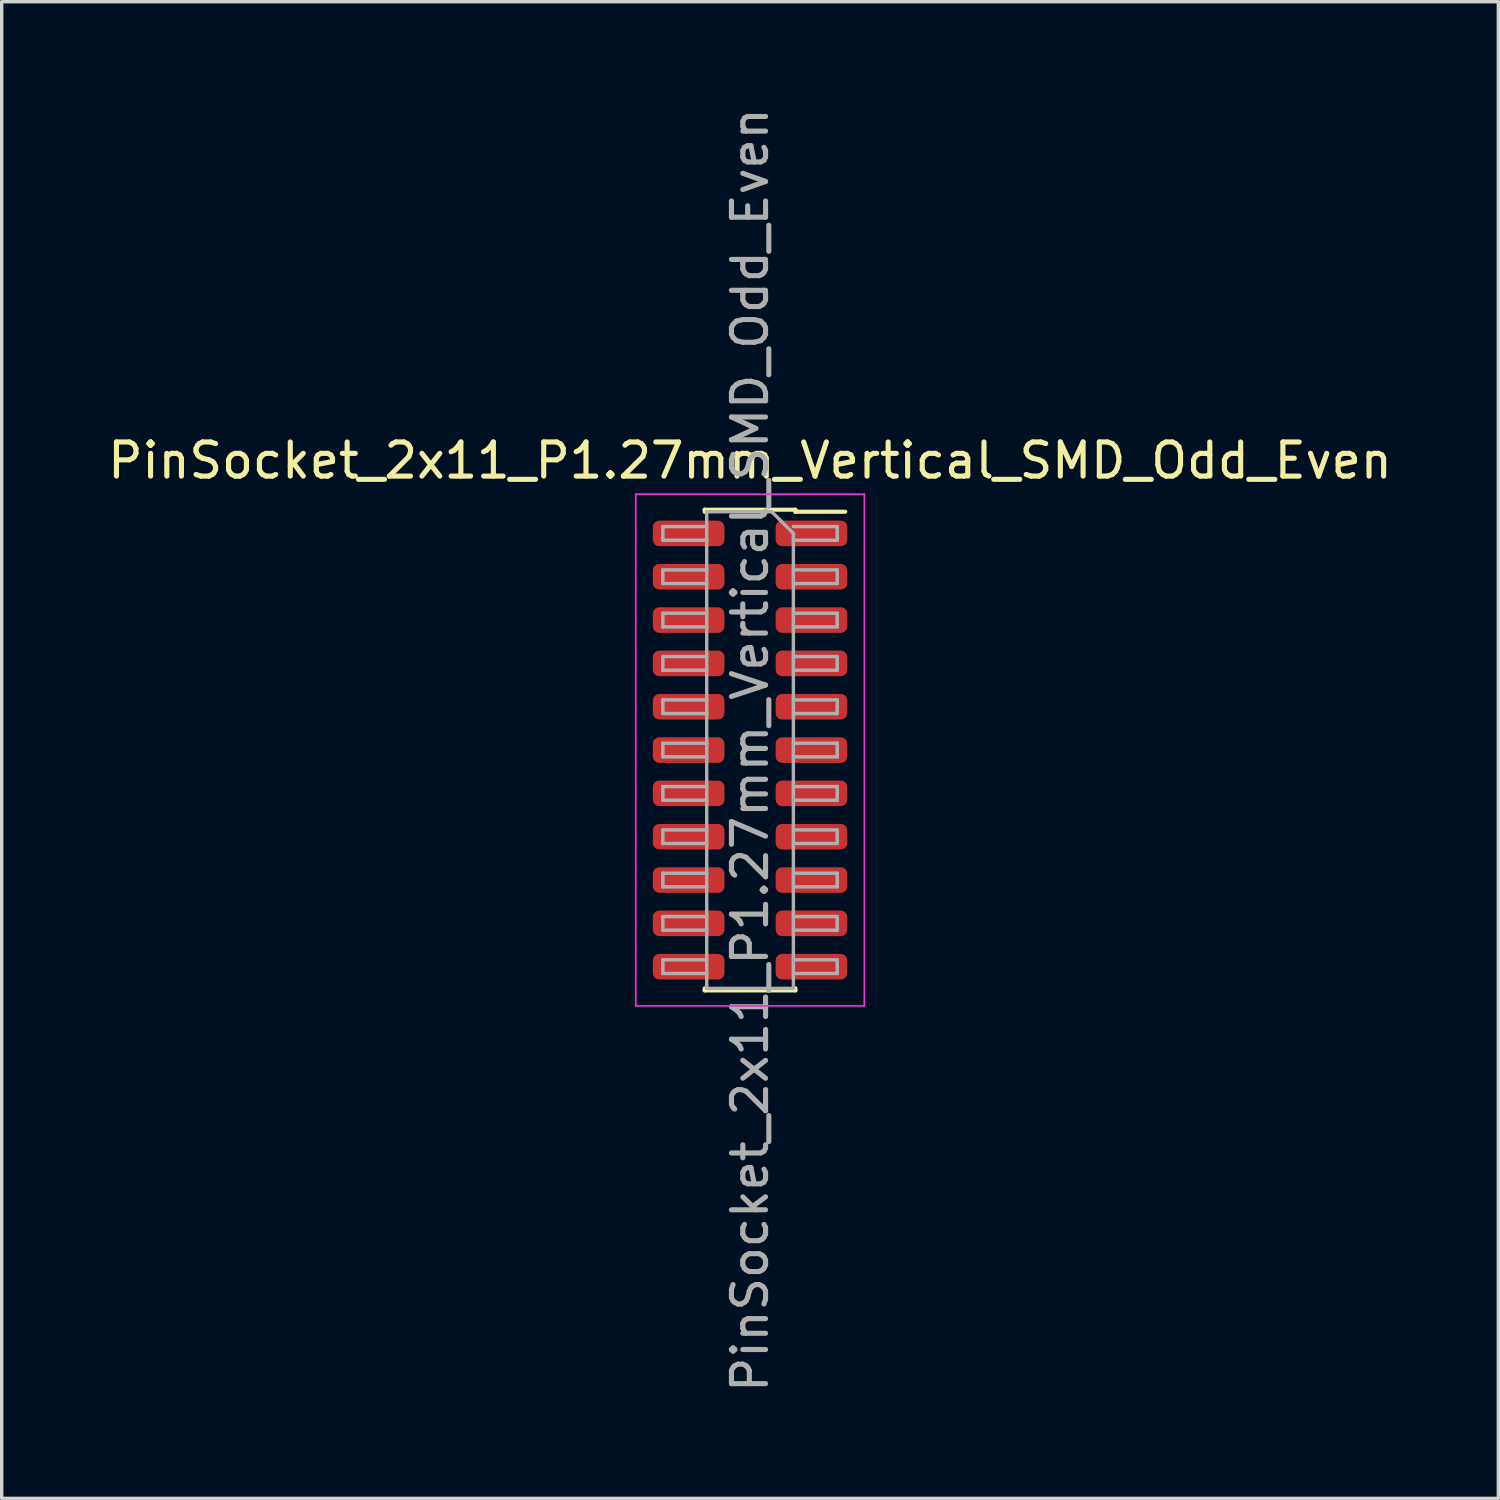
<source format=kicad_pcb>
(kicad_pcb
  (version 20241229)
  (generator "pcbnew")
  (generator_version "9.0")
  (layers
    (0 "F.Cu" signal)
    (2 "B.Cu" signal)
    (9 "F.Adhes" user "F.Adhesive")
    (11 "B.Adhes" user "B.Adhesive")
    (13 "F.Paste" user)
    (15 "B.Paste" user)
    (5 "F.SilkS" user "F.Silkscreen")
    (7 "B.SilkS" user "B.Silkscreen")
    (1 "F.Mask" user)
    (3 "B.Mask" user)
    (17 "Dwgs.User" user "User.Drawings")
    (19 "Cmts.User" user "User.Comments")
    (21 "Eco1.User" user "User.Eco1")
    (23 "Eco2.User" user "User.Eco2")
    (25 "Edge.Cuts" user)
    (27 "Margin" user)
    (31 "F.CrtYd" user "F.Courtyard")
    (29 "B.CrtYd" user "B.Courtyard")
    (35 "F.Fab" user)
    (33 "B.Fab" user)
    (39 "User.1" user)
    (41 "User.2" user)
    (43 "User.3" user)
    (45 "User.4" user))
  (footprint "PinSocket_2x11_P1.27mm_Vertical_SMD_Odd_Even"
    (layer "F.Cu")
    (at 18.935 18.935)
    (property "Reference" "PinSocket_2x11_P1.27mm_Vertical_SMD_Odd_Even" (at 0 -8.485 0) (layer "F.SilkS") (effects (font (size 1 1) (thickness 0.15))))
    (attr smd)
    (fp_line (start -1.33 -7.045) (end -1.33 -6.985) (stroke (width 0.12) (type solid)) (layer "F.SilkS"))
    (fp_line (start -1.33 -7.045) (end 1.33 -7.045) (stroke (width 0.12) (type solid)) (layer "F.SilkS"))
    (fp_line (start -1.33 6.985) (end -1.33 7.045) (stroke (width 0.12) (type solid)) (layer "F.SilkS"))
    (fp_line (start -1.33 7.045) (end 1.33 7.045) (stroke (width 0.12) (type solid)) (layer "F.SilkS"))
    (fp_line (start 1.33 -7.045) (end 1.33 -6.985) (stroke (width 0.12) (type solid)) (layer "F.SilkS"))
    (fp_line (start 1.33 -6.985) (end 2.79 -6.985) (stroke (width 0.12) (type solid)) (layer "F.SilkS"))
    (fp_line (start 1.33 6.985) (end 1.33 7.045) (stroke (width 0.12) (type solid)) (layer "F.SilkS"))
    (fp_line (start -3.35 -7.5) (end 3.35 -7.5) (stroke (width 0.05) (type solid)) (layer "F.CrtYd"))
    (fp_line (start -3.35 7.5) (end -3.35 -7.5) (stroke (width 0.05) (type solid)) (layer "F.CrtYd"))
    (fp_line (start 3.35 -7.5) (end 3.35 7.5) (stroke (width 0.05) (type solid)) (layer "F.CrtYd"))
    (fp_line (start 3.35 7.5) (end -3.35 7.5) (stroke (width 0.05) (type solid)) (layer "F.CrtYd"))
    (fp_line (start -2.555 -6.55) (end -1.27 -6.55) (stroke (width 0.1) (type solid)) (layer "F.Fab"))
    (fp_line (start -2.555 -6.15) (end -2.555 -6.55) (stroke (width 0.1) (type solid)) (layer "F.Fab"))
    (fp_line (start -2.555 -5.28) (end -1.27 -5.28) (stroke (width 0.1) (type solid)) (layer "F.Fab"))
    (fp_line (start -2.555 -4.88) (end -2.555 -5.28) (stroke (width 0.1) (type solid)) (layer "F.Fab"))
    (fp_line (start -2.555 -4.01) (end -1.27 -4.01) (stroke (width 0.1) (type solid)) (layer "F.Fab"))
    (fp_line (start -2.555 -3.61) (end -2.555 -4.01) (stroke (width 0.1) (type solid)) (layer "F.Fab"))
    (fp_line (start -2.555 -2.74) (end -1.27 -2.74) (stroke (width 0.1) (type solid)) (layer "F.Fab"))
    (fp_line (start -2.555 -2.34) (end -2.555 -2.74) (stroke (width 0.1) (type solid)) (layer "F.Fab"))
    (fp_line (start -2.555 -1.47) (end -1.27 -1.47) (stroke (width 0.1) (type solid)) (layer "F.Fab"))
    (fp_line (start -2.555 -1.07) (end -2.555 -1.47) (stroke (width 0.1) (type solid)) (layer "F.Fab"))
    (fp_line (start -2.555 -0.2) (end -1.27 -0.2) (stroke (width 0.1) (type solid)) (layer "F.Fab"))
    (fp_line (start -2.555 0.2) (end -2.555 -0.2) (stroke (width 0.1) (type solid)) (layer "F.Fab"))
    (fp_line (start -2.555 1.07) (end -1.27 1.07) (stroke (width 0.1) (type solid)) (layer "F.Fab"))
    (fp_line (start -2.555 1.47) (end -2.555 1.07) (stroke (width 0.1) (type solid)) (layer "F.Fab"))
    (fp_line (start -2.555 2.34) (end -1.27 2.34) (stroke (width 0.1) (type solid)) (layer "F.Fab"))
    (fp_line (start -2.555 2.74) (end -2.555 2.34) (stroke (width 0.1) (type solid)) (layer "F.Fab"))
    (fp_line (start -2.555 3.61) (end -1.27 3.61) (stroke (width 0.1) (type solid)) (layer "F.Fab"))
    (fp_line (start -2.555 4.01) (end -2.555 3.61) (stroke (width 0.1) (type solid)) (layer "F.Fab"))
    (fp_line (start -2.555 4.88) (end -1.27 4.88) (stroke (width 0.1) (type solid)) (layer "F.Fab"))
    (fp_line (start -2.555 5.28) (end -2.555 4.88) (stroke (width 0.1) (type solid)) (layer "F.Fab"))
    (fp_line (start -2.555 6.15) (end -1.27 6.15) (stroke (width 0.1) (type solid)) (layer "F.Fab"))
    (fp_line (start -2.555 6.55) (end -2.555 6.15) (stroke (width 0.1) (type solid)) (layer "F.Fab"))
    (fp_line (start -1.27 -6.985) (end 0.635 -6.985) (stroke (width 0.1) (type solid)) (layer "F.Fab"))
    (fp_line (start -1.27 -6.15) (end -2.555 -6.15) (stroke (width 0.1) (type solid)) (layer "F.Fab"))
    (fp_line (start -1.27 -4.88) (end -2.555 -4.88) (stroke (width 0.1) (type solid)) (layer "F.Fab"))
    (fp_line (start -1.27 -3.61) (end -2.555 -3.61) (stroke (width 0.1) (type solid)) (layer "F.Fab"))
    (fp_line (start -1.27 -2.34) (end -2.555 -2.34) (stroke (width 0.1) (type solid)) (layer "F.Fab"))
    (fp_line (start -1.27 -1.07) (end -2.555 -1.07) (stroke (width 0.1) (type solid)) (layer "F.Fab"))
    (fp_line (start -1.27 0.2) (end -2.555 0.2) (stroke (width 0.1) (type solid)) (layer "F.Fab"))
    (fp_line (start -1.27 1.47) (end -2.555 1.47) (stroke (width 0.1) (type solid)) (layer "F.Fab"))
    (fp_line (start -1.27 2.74) (end -2.555 2.74) (stroke (width 0.1) (type solid)) (layer "F.Fab"))
    (fp_line (start -1.27 4.01) (end -2.555 4.01) (stroke (width 0.1) (type solid)) (layer "F.Fab"))
    (fp_line (start -1.27 5.28) (end -2.555 5.28) (stroke (width 0.1) (type solid)) (layer "F.Fab"))
    (fp_line (start -1.27 6.55) (end -2.555 6.55) (stroke (width 0.1) (type solid)) (layer "F.Fab"))
    (fp_line (start -1.27 6.985) (end -1.27 -6.985) (stroke (width 0.1) (type solid)) (layer "F.Fab"))
    (fp_line (start 0.635 -6.985) (end 1.27 -6.35) (stroke (width 0.1) (type solid)) (layer "F.Fab"))
    (fp_line (start 1.27 -6.55) (end 2.555 -6.55) (stroke (width 0.1) (type solid)) (layer "F.Fab"))
    (fp_line (start 1.27 -6.35) (end 1.27 6.985) (stroke (width 0.1) (type solid)) (layer "F.Fab"))
    (fp_line (start 1.27 -5.28) (end 2.555 -5.28) (stroke (width 0.1) (type solid)) (layer "F.Fab"))
    (fp_line (start 1.27 -4.01) (end 2.555 -4.01) (stroke (width 0.1) (type solid)) (layer "F.Fab"))
    (fp_line (start 1.27 -2.74) (end 2.555 -2.74) (stroke (width 0.1) (type solid)) (layer "F.Fab"))
    (fp_line (start 1.27 -1.47) (end 2.555 -1.47) (stroke (width 0.1) (type solid)) (layer "F.Fab"))
    (fp_line (start 1.27 -0.2) (end 2.555 -0.2) (stroke (width 0.1) (type solid)) (layer "F.Fab"))
    (fp_line (start 1.27 1.07) (end 2.555 1.07) (stroke (width 0.1) (type solid)) (layer "F.Fab"))
    (fp_line (start 1.27 2.34) (end 2.555 2.34) (stroke (width 0.1) (type solid)) (layer "F.Fab"))
    (fp_line (start 1.27 3.61) (end 2.555 3.61) (stroke (width 0.1) (type solid)) (layer "F.Fab"))
    (fp_line (start 1.27 4.88) (end 2.555 4.88) (stroke (width 0.1) (type solid)) (layer "F.Fab"))
    (fp_line (start 1.27 6.15) (end 2.555 6.15) (stroke (width 0.1) (type solid)) (layer "F.Fab"))
    (fp_line (start 1.27 6.985) (end -1.27 6.985) (stroke (width 0.1) (type solid)) (layer "F.Fab"))
    (fp_line (start 2.555 -6.55) (end 2.555 -6.15) (stroke (width 0.1) (type solid)) (layer "F.Fab"))
    (fp_line (start 2.555 -6.15) (end 1.27 -6.15) (stroke (width 0.1) (type solid)) (layer "F.Fab"))
    (fp_line (start 2.555 -5.28) (end 2.555 -4.88) (stroke (width 0.1) (type solid)) (layer "F.Fab"))
    (fp_line (start 2.555 -4.88) (end 1.27 -4.88) (stroke (width 0.1) (type solid)) (layer "F.Fab"))
    (fp_line (start 2.555 -4.01) (end 2.555 -3.61) (stroke (width 0.1) (type solid)) (layer "F.Fab"))
    (fp_line (start 2.555 -3.61) (end 1.27 -3.61) (stroke (width 0.1) (type solid)) (layer "F.Fab"))
    (fp_line (start 2.555 -2.74) (end 2.555 -2.34) (stroke (width 0.1) (type solid)) (layer "F.Fab"))
    (fp_line (start 2.555 -2.34) (end 1.27 -2.34) (stroke (width 0.1) (type solid)) (layer "F.Fab"))
    (fp_line (start 2.555 -1.47) (end 2.555 -1.07) (stroke (width 0.1) (type solid)) (layer "F.Fab"))
    (fp_line (start 2.555 -1.07) (end 1.27 -1.07) (stroke (width 0.1) (type solid)) (layer "F.Fab"))
    (fp_line (start 2.555 -0.2) (end 2.555 0.2) (stroke (width 0.1) (type solid)) (layer "F.Fab"))
    (fp_line (start 2.555 0.2) (end 1.27 0.2) (stroke (width 0.1) (type solid)) (layer "F.Fab"))
    (fp_line (start 2.555 1.07) (end 2.555 1.47) (stroke (width 0.1) (type solid)) (layer "F.Fab"))
    (fp_line (start 2.555 1.47) (end 1.27 1.47) (stroke (width 0.1) (type solid)) (layer "F.Fab"))
    (fp_line (start 2.555 2.34) (end 2.555 2.74) (stroke (width 0.1) (type solid)) (layer "F.Fab"))
    (fp_line (start 2.555 2.74) (end 1.27 2.74) (stroke (width 0.1) (type solid)) (layer "F.Fab"))
    (fp_line (start 2.555 3.61) (end 2.555 4.01) (stroke (width 0.1) (type solid)) (layer "F.Fab"))
    (fp_line (start 2.555 4.01) (end 1.27 4.01) (stroke (width 0.1) (type solid)) (layer "F.Fab"))
    (fp_line (start 2.555 4.88) (end 2.555 5.28) (stroke (width 0.1) (type solid)) (layer "F.Fab"))
    (fp_line (start 2.555 5.28) (end 1.27 5.28) (stroke (width 0.1) (type solid)) (layer "F.Fab"))
    (fp_line (start 2.555 6.15) (end 2.555 6.55) (stroke (width 0.1) (type solid)) (layer "F.Fab"))
    (fp_line (start 2.555 6.55) (end 1.27 6.55) (stroke (width 0.1) (type solid)) (layer "F.Fab"))
    (fp_text user "${REFERENCE}" (at 0 0 90) (layer "F.Fab") (effects (font (size 1 1) (thickness 0.15))))
    (pad "1" smd roundrect (at -1.8 -6.35) (size 2.1 0.75) (layers "F.Cu" "F.Mask" "F.Paste") (roundrect_rratio 0.25))
    (pad "2" smd roundrect (at 1.8 -6.35) (size 2.1 0.75) (layers "F.Cu" "F.Mask" "F.Paste") (roundrect_rratio 0.25))
    (pad "3" smd roundrect (at -1.8 -5.08) (size 2.1 0.75) (layers "F.Cu" "F.Mask" "F.Paste") (roundrect_rratio 0.25))
    (pad "4" smd roundrect (at 1.8 -5.08) (size 2.1 0.75) (layers "F.Cu" "F.Mask" "F.Paste") (roundrect_rratio 0.25))
    (pad "5" smd roundrect (at -1.8 -3.81) (size 2.1 0.75) (layers "F.Cu" "F.Mask" "F.Paste") (roundrect_rratio 0.25))
    (pad "6" smd roundrect (at 1.8 -3.81) (size 2.1 0.75) (layers "F.Cu" "F.Mask" "F.Paste") (roundrect_rratio 0.25))
    (pad "7" smd roundrect (at -1.8 -2.54) (size 2.1 0.75) (layers "F.Cu" "F.Mask" "F.Paste") (roundrect_rratio 0.25))
    (pad "8" smd roundrect (at 1.8 -2.54) (size 2.1 0.75) (layers "F.Cu" "F.Mask" "F.Paste") (roundrect_rratio 0.25))
    (pad "9" smd roundrect (at -1.8 -1.27) (size 2.1 0.75) (layers "F.Cu" "F.Mask" "F.Paste") (roundrect_rratio 0.25))
    (pad "10" smd roundrect (at 1.8 -1.27) (size 2.1 0.75) (layers "F.Cu" "F.Mask" "F.Paste") (roundrect_rratio 0.25))
    (pad "11" smd roundrect (at -1.8 0) (size 2.1 0.75) (layers "F.Cu" "F.Mask" "F.Paste") (roundrect_rratio 0.25))
    (pad "12" smd roundrect (at 1.8 0) (size 2.1 0.75) (layers "F.Cu" "F.Mask" "F.Paste") (roundrect_rratio 0.25))
    (pad "13" smd roundrect (at -1.8 1.27) (size 2.1 0.75) (layers "F.Cu" "F.Mask" "F.Paste") (roundrect_rratio 0.25))
    (pad "14" smd roundrect (at 1.8 1.27) (size 2.1 0.75) (layers "F.Cu" "F.Mask" "F.Paste") (roundrect_rratio 0.25))
    (pad "15" smd roundrect (at -1.8 2.54) (size 2.1 0.75) (layers "F.Cu" "F.Mask" "F.Paste") (roundrect_rratio 0.25))
    (pad "16" smd roundrect (at 1.8 2.54) (size 2.1 0.75) (layers "F.Cu" "F.Mask" "F.Paste") (roundrect_rratio 0.25))
    (pad "17" smd roundrect (at -1.8 3.81) (size 2.1 0.75) (layers "F.Cu" "F.Mask" "F.Paste") (roundrect_rratio 0.25))
    (pad "18" smd roundrect (at 1.8 3.81) (size 2.1 0.75) (layers "F.Cu" "F.Mask" "F.Paste") (roundrect_rratio 0.25))
    (pad "19" smd roundrect (at -1.8 5.08) (size 2.1 0.75) (layers "F.Cu" "F.Mask" "F.Paste") (roundrect_rratio 0.25))
    (pad "20" smd roundrect (at 1.8 5.08) (size 2.1 0.75) (layers "F.Cu" "F.Mask" "F.Paste") (roundrect_rratio 0.25))
    (pad "21" smd roundrect (at -1.8 6.35) (size 2.1 0.75) (layers "F.Cu" "F.Mask" "F.Paste") (roundrect_rratio 0.25))
    (pad "22" smd roundrect (at 1.8 6.35) (size 2.1 0.75) (layers "F.Cu" "F.Mask" "F.Paste") (roundrect_rratio 0.25)))
  (gr_rect
    (start -3 -3)
    (end 40.869 40.869)
    (stroke (width 0.1) (type default))
    (fill no)
    (layer "Edge.Cuts")))
</source>
